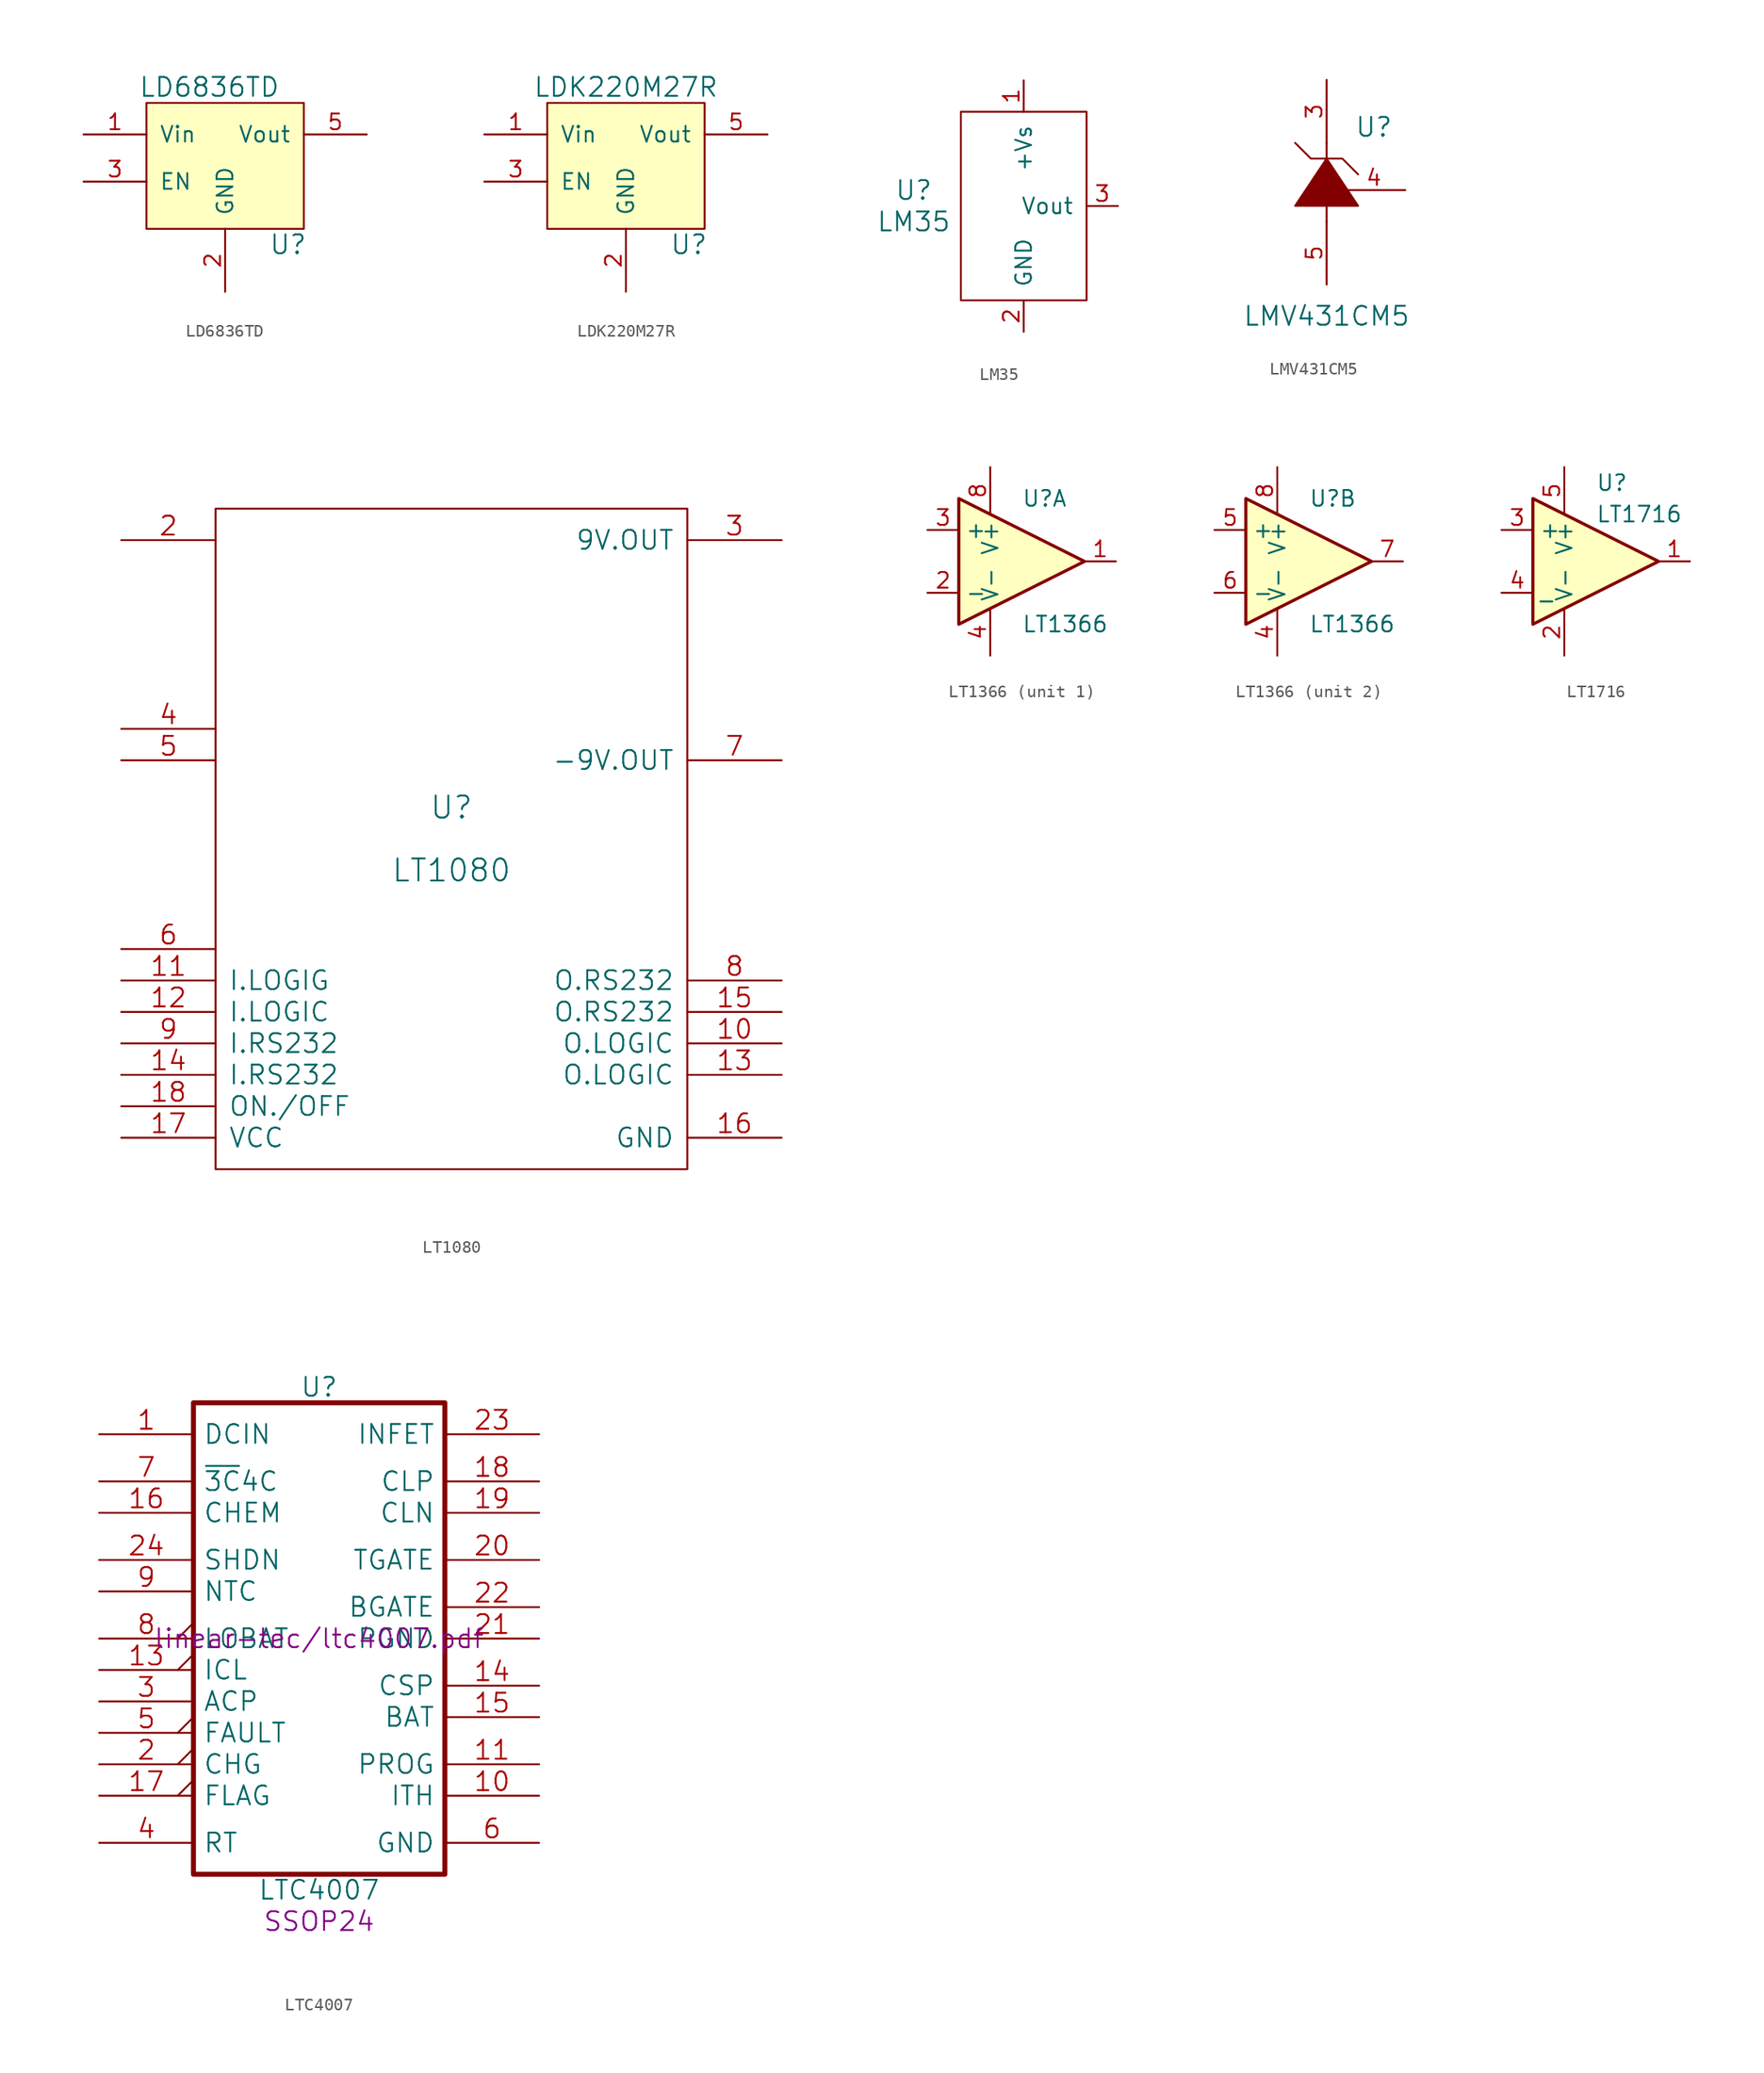
<source format=kicad_sym>
(kicad_symbol_lib
  (version 20211014)
  (generator kicad_symbol_editor)
  (symbol "LD6836TD"
    (pin_names
      (offset 1.016))
    (property "Reference" "U"
      (at 5.08 -6.35 0)
      (effects (font (size 1.524 1.524))))
    (property "Value" "LD6836TD"
      (at -1.27 6.35 0)
      (effects (font (size 1.524 1.524))))
    (property "Footprint" ""
      (at -2.54 0 0)
      (effects (font (size 1.524 1.524))))
    (property "Datasheet" ""
      (at -2.54 0 0)
      (effects (font (size 1.524 1.524))))
    (symbol "LD6836TD_0_1"
      (rectangle (start -6.35 5.08) (end 6.35 -5.08) (stroke (width 0) (type default) (color 0 0 0 0)) (fill (type background))))
    (symbol "LD6836TD_1_1"
      (pin input line (at -11.43 2.54 0) (length 5.08) (name "Vin" (effects (font (size 1.27 1.27)))) (number "1" (effects (font (size 1.27 1.27)))))
      (pin input line (at 0 -10.16 90) (length 5.08) (name "GND" (effects (font (size 1.27 1.27)))) (number "2" (effects (font (size 1.27 1.27)))))
      (pin input line (at -11.43 -1.27 0) (length 5.08) (name "EN" (effects (font (size 1.27 1.27)))) (number "3" (effects (font (size 1.27 1.27)))))
      (pin no_connect line (at 11.43 -1.27 180) (length 5.08) hide (name "NC" (effects (font (size 1.27 1.27)))) (number "4" (effects (font (size 1.27 1.27)))))
      (pin output line (at 11.43 2.54 180) (length 5.08) (name "Vout" (effects (font (size 1.27 1.27)))) (number "5" (effects (font (size 1.27 1.27)))))))
  (symbol "LDK220M27R"
    (pin_names
      (offset 1.016))
    (property "Reference" "U"
      (at 5.08 -6.35 0)
      (effects (font (size 1.524 1.524))))
    (property "Value" "LDK220M27R"
      (at 0 6.35 0)
      (effects (font (size 1.524 1.524))))
    (property "Footprint" ""
      (at -2.54 0 0)
      (effects (font (size 1.524 1.524))))
    (property "Datasheet" ""
      (at -2.54 0 0)
      (effects (font (size 1.524 1.524))))
    (symbol "LDK220M27R_0_1"
      (rectangle (start -6.35 5.08) (end 6.35 -5.08) (stroke (width 0) (type default) (color 0 0 0 0)) (fill (type background))))
    (symbol "LDK220M27R_1_1"
      (pin input line (at -11.43 2.54 0) (length 5.08) (name "Vin" (effects (font (size 1.27 1.27)))) (number "1" (effects (font (size 1.27 1.27)))))
      (pin input line (at 0 -10.16 90) (length 5.08) (name "GND" (effects (font (size 1.27 1.27)))) (number "2" (effects (font (size 1.27 1.27)))))
      (pin input line (at -11.43 -1.27 0) (length 5.08) (name "EN" (effects (font (size 1.27 1.27)))) (number "3" (effects (font (size 1.27 1.27)))))
      (pin no_connect line (at 11.43 -1.27 180) (length 5.08) hide (name "NC" (effects (font (size 1.27 1.27)))) (number "4" (effects (font (size 1.27 1.27)))))
      (pin output line (at 11.43 2.54 180) (length 5.08) (name "Vout" (effects (font (size 1.27 1.27)))) (number "5" (effects (font (size 1.27 1.27)))))))
  (symbol "LM35"
    (pin_names
      (offset 1.016))
    (property "Reference" "U"
      (at -8.89 1.27 0)
      (effects (font (size 1.524 1.524))))
    (property "Value" "LM35"
      (at -8.89 -1.27 0)
      (effects (font (size 1.524 1.524))))
    (property "Footprint" ""
      (at 0 6.35 0)
      (effects (font (size 1.524 1.524))))
    (property "Datasheet" ""
      (at 0 6.35 0)
      (effects (font (size 1.524 1.524))))
    (symbol "LM35_0_1"
      (rectangle (start 5.08 7.62) (end -5.08 -7.62) (stroke (width 0) (type default) (color 0 0 0 0)) (fill (type none))))
    (symbol "LM35_1_1"
      (pin input line (at 0 10.16 270) (length 2.54) (name "+Vs" (effects (font (size 1.27 1.27)))) (number "1" (effects (font (size 1.27 1.27)))))
      (pin input line (at 0 -10.16 90) (length 2.54) (name "GND" (effects (font (size 1.27 1.27)))) (number "2" (effects (font (size 1.27 1.27)))))
      (pin input line (at 7.62 0 180) (length 2.54) (name "Vout" (effects (font (size 1.27 1.27)))) (number "3" (effects (font (size 1.27 1.27)))))))
  (symbol "LMV431CM5"
    (pin_names
      (offset 1.016))
    (property "Reference" "U"
      (at 3.81 5.08 0)
      (effects (font (size 1.524 1.524))))
    (property "Value" "LMV431CM5"
      (at 0 -10.16 0)
      (effects (font (size 1.524 1.524))))
    (symbol "LMV431CM5_0_1"
      (polyline (pts (xy 0 -2.54) (xy 0 -1.27)) (stroke (width 0) (type default) (color 0 0 0 0)) (fill (type none)))
      (polyline (pts (xy 0 3.81) (xy 0 2.54)) (stroke (width 0) (type default) (color 0 0 0 0)) (fill (type none)))
      (polyline (pts (xy -2.54 3.81) (xy -1.27 2.54) (xy 1.27 2.54) (xy 2.54 1.27)) (stroke (width 0) (type default) (color 0 0 0 0)) (fill (type none)))
      (polyline (pts (xy 0 2.54) (xy -2.54 -1.27) (xy 2.54 -1.27) (xy 0 2.54)) (stroke (width 0) (type default) (color 0 0 0 0)) (fill (type outline))))
    (symbol "LMV431CM5_1_1"
      (pin no_connect line (at -8.89 1.27 0) (length 5.08) hide (name "~" (effects (font (size 1.27 1.27)))) (number "1" (effects (font (size 1.27 1.27)))))
      (pin no_connect line (at -8.89 -2.54 0) (length 5.08) hide (name "~" (effects (font (size 1.27 1.27)))) (number "2" (effects (font (size 1.27 1.27)))))
      (pin input line (at 0 8.89 270) (length 5.08) (name "~" (effects (font (size 1.27 1.27)))) (number "3" (effects (font (size 1.27 1.27)))))
      (pin input line (at 6.35 0 180) (length 5.08) (name "~" (effects (font (size 1.27 1.27)))) (number "4" (effects (font (size 1.27 1.27)))))
      (pin input line (at 0 -7.62 90) (length 5.08) (name "~" (effects (font (size 1.27 1.27)))) (number "5" (effects (font (size 1.27 1.27)))))))
  (symbol "LT1080"
    (pin_names
      (offset 1.016))
    (property "Reference" "U"
      (at 0 2.54 0)
      (effects (font (size 1.778 1.778))))
    (property "Value" "LT1080"
      (at 0 -2.54 0)
      (effects (font (size 1.778 1.778))))
    (property "Footprint" ""
      (at 0 0 0)
      (effects (font (size 1.524 1.524))))
    (property "Datasheet" ""
      (at 0 0 0)
      (effects (font (size 1.524 1.524))))
    (symbol "LT1080_0_1"
      (rectangle (start -19.05 -26.67) (end 19.05 26.67) (stroke (width 0) (type default) (color 0 0 0 0)) (fill (type none))))
    (symbol "LT1080_1_1"
      (pin output line (at 26.67 -16.51 180) (length 7.62) (name "O.LOGIC" (effects (font (size 1.524 1.524)))) (number "10" (effects (font (size 1.524 1.524)))))
      (pin input line (at -26.67 -11.43 0) (length 7.62) (name "I.LOGIG" (effects (font (size 1.524 1.524)))) (number "11" (effects (font (size 1.524 1.524)))))
      (pin input line (at -26.67 -13.97 0) (length 7.62) (name "I.LOGIC" (effects (font (size 1.524 1.524)))) (number "12" (effects (font (size 1.524 1.524)))))
      (pin output line (at 26.67 -19.05 180) (length 7.62) (name "O.LOGIC" (effects (font (size 1.524 1.524)))) (number "13" (effects (font (size 1.524 1.524)))))
      (pin input line (at -26.67 -19.05 0) (length 7.62) (name "I.RS232" (effects (font (size 1.524 1.524)))) (number "14" (effects (font (size 1.524 1.524)))))
      (pin output line (at 26.67 -13.97 180) (length 7.62) (name "O.RS232" (effects (font (size 1.524 1.524)))) (number "15" (effects (font (size 1.524 1.524)))))
      (pin output line (at 26.67 -24.13 180) (length 7.62) (name "GND" (effects (font (size 1.524 1.524)))) (number "16" (effects (font (size 1.524 1.524)))))
      (pin input line (at -26.67 -24.13 0) (length 7.62) (name "VCC" (effects (font (size 1.524 1.524)))) (number "17" (effects (font (size 1.524 1.524)))))
      (pin input line (at -26.67 -21.59 0) (length 7.62) (name "ON./OFF" (effects (font (size 1.524 1.524)))) (number "18" (effects (font (size 1.524 1.524)))))
      (pin input line (at -26.67 24.13 0) (length 7.62) (name "~" (effects (font (size 1.524 1.524)))) (number "2" (effects (font (size 1.524 1.524)))))
      (pin output line (at 26.67 24.13 180) (length 7.62) (name "9V.OUT" (effects (font (size 1.524 1.524)))) (number "3" (effects (font (size 1.524 1.524)))))
      (pin input line (at -26.67 8.89 0) (length 7.62) (name "~" (effects (font (size 1.524 1.524)))) (number "4" (effects (font (size 1.524 1.524)))))
      (pin input line (at -26.67 6.35 0) (length 7.62) (name "~" (effects (font (size 1.524 1.524)))) (number "5" (effects (font (size 1.524 1.524)))))
      (pin input line (at -26.67 -8.89 0) (length 7.62) (name "~" (effects (font (size 1.524 1.524)))) (number "6" (effects (font (size 1.524 1.524)))))
      (pin output line (at 26.67 6.35 180) (length 7.62) (name "-9V.OUT" (effects (font (size 1.524 1.524)))) (number "7" (effects (font (size 1.524 1.524)))))
      (pin output line (at 26.67 -11.43 180) (length 7.62) (name "O.RS232" (effects (font (size 1.524 1.524)))) (number "8" (effects (font (size 1.524 1.524)))))
      (pin input line (at -26.67 -16.51 0) (length 7.62) (name "I.RS232" (effects (font (size 1.524 1.524)))) (number "9" (effects (font (size 1.524 1.524)))))))
  (symbol "LT1366"
    (property "Reference" "U"
      (at 0 5.08 0)
      (effects (font (size 1.27 1.27)) (justify left)))
    (property "Value" "LT1366"
      (at 0 -5.08 0)
      (effects (font (size 1.27 1.27)) (justify left)))
    (property "Footprint" ""
      (at 0 0 0)
      (effects (font (size 1.27 1.27))))
    (property "Datasheet" ""
      (at 0 0 0)
      (effects (font (size 1.27 1.27))))
    (symbol "LT1366_0_1"
      (polyline (pts (xy -5.08 5.08) (xy 5.08 0) (xy -5.08 -5.08) (xy -5.08 5.08)) (stroke (width 0.254) (type default) (color 0 0 0 0)) (fill (type background)))
      (pin power_in line (at -2.54 -7.62 90) (length 3.81) (name "V-" (effects (font (size 1.27 1.27)))) (number "4" (effects (font (size 1.27 1.27)))))
      (pin power_in line (at -2.54 7.62 270) (length 3.81) (name "V+" (effects (font (size 1.27 1.27)))) (number "8" (effects (font (size 1.27 1.27))))))
    (symbol "LT1366_1_1"
      (pin output line (at 7.62 0 180) (length 2.54) (name "~" (effects (font (size 1.27 1.27)))) (number "1" (effects (font (size 1.27 1.27)))))
      (pin input line (at -7.62 -2.54 0) (length 2.54) (name "-" (effects (font (size 1.27 1.27)))) (number "2" (effects (font (size 1.27 1.27)))))
      (pin input line (at -7.62 2.54 0) (length 2.54) (name "+" (effects (font (size 1.27 1.27)))) (number "3" (effects (font (size 1.27 1.27))))))
    (symbol "LT1366_2_1"
      (pin input line (at -7.62 2.54 0) (length 2.54) (name "+" (effects (font (size 1.27 1.27)))) (number "5" (effects (font (size 1.27 1.27)))))
      (pin input line (at -7.62 -2.54 0) (length 2.54) (name "-" (effects (font (size 1.27 1.27)))) (number "6" (effects (font (size 1.27 1.27)))))
      (pin output line (at 7.62 0 180) (length 2.54) (name "~" (effects (font (size 1.27 1.27)))) (number "7" (effects (font (size 1.27 1.27)))))))
  (symbol "LT1716"
    (property "Reference" "U"
      (at 0 6.35 0)
      (effects (font (size 1.27 1.27)) (justify left)))
    (property "Value" "LT1716"
      (at 0 3.81 0)
      (effects (font (size 1.27 1.27)) (justify left)))
    (property "Footprint" ""
      (at 0 0 0)
      (effects (font (size 1.27 1.27))))
    (property "Datasheet" ""
      (at 0 0 0)
      (effects (font (size 1.27 1.27))))
    (symbol "LT1716_0_1"
      (polyline (pts (xy -5.08 5.08) (xy 5.08 0) (xy -5.08 -5.08) (xy -5.08 5.08)) (stroke (width 0.254) (type default) (color 0 0 0 0)) (fill (type background))))
    (symbol "LT1716_1_1"
      (pin open_collector line (at 7.62 0 180) (length 2.54) (name "~" (effects (font (size 1.27 1.27)))) (number "1" (effects (font (size 1.27 1.27)))))
      (pin power_in line (at -2.54 -7.62 90) (length 3.81) (name "V-" (effects (font (size 1.27 1.27)))) (number "2" (effects (font (size 1.27 1.27)))))
      (pin input line (at -7.62 2.54 0) (length 2.54) (name "+" (effects (font (size 1.27 1.27)))) (number "3" (effects (font (size 1.27 1.27)))))
      (pin input line (at -7.62 -2.54 0) (length 2.54) (name "_" (effects (font (size 1.27 1.27)))) (number "4" (effects (font (size 1.27 1.27)))))
      (pin power_in line (at -2.54 7.62 270) (length 3.81) (name "V+" (effects (font (size 1.27 1.27)))) (number "5" (effects (font (size 1.27 1.27)))))))
  (symbol "LTC4007"
    (pin_names
      (offset 0.762))
    (property "Reference" "U"
      (at 0 20.32 0)
      (effects (font (size 1.524 1.524))))
    (property "Value" "LTC4007"
      (at 0 -20.32 0)
      (effects (font (size 1.524 1.524))))
    (property "Footprint" "SSOP24"
      (at 0 -22.86 0)
      (effects (font (size 1.524 1.524))))
    (property "Datasheet" "linear-tec/ltc4007.pdf"
      (at 0 0 0)
      (effects (font (size 1.524 1.524))))
    (symbol "LTC4007_0_1"
      (rectangle (start -10.16 19.05) (end 10.16 -19.05) (stroke (width 0.406) (type default) (color 0 0 0 0)) (fill (type none))))
    (symbol "LTC4007_1_1"
      (pin input line (at -17.78 16.51 0) (length 7.62) (name "DCIN" (effects (font (size 1.524 1.524)))) (number "1" (effects (font (size 1.524 1.524)))))
      (pin passive line (at 17.78 -12.7 180) (length 7.62) (name "ITH" (effects (font (size 1.524 1.524)))) (number "10" (effects (font (size 1.524 1.524)))))
      (pin bidirectional line (at 17.78 -10.16 180) (length 7.62) (name "PROG" (effects (font (size 1.524 1.524)))) (number "11" (effects (font (size 1.524 1.524)))))
      (pin output output_low (at -17.78 -2.54 0) (length 7.62) (name "ICL" (effects (font (size 1.524 1.524)))) (number "13" (effects (font (size 1.524 1.524)))))
      (pin input line (at 17.78 -3.81 180) (length 7.62) (name "CSP" (effects (font (size 1.524 1.524)))) (number "14" (effects (font (size 1.524 1.524)))))
      (pin input line (at 17.78 -6.35 180) (length 7.62) (name "BAT" (effects (font (size 1.524 1.524)))) (number "15" (effects (font (size 1.524 1.524)))))
      (pin input line (at -17.78 10.16 0) (length 7.62) (name "CHEM" (effects (font (size 1.524 1.524)))) (number "16" (effects (font (size 1.524 1.524)))))
      (pin open_collector output_low (at -17.78 -12.7 0) (length 7.62) (name "FLAG" (effects (font (size 1.524 1.524)))) (number "17" (effects (font (size 1.524 1.524)))))
      (pin input line (at 17.78 12.7 180) (length 7.62) (name "CLP" (effects (font (size 1.524 1.524)))) (number "18" (effects (font (size 1.524 1.524)))))
      (pin input line (at 17.78 10.16 180) (length 7.62) (name "CLN" (effects (font (size 1.524 1.524)))) (number "19" (effects (font (size 1.524 1.524)))))
      (pin output output_low (at -17.78 -10.16 0) (length 7.62) (name "CHG" (effects (font (size 1.524 1.524)))) (number "2" (effects (font (size 1.524 1.524)))))
      (pin output line (at 17.78 6.35 180) (length 7.62) (name "TGATE" (effects (font (size 1.524 1.524)))) (number "20" (effects (font (size 1.524 1.524)))))
      (pin power_in line (at 17.78 0 180) (length 7.62) (name "PGND" (effects (font (size 1.524 1.524)))) (number "21" (effects (font (size 1.524 1.524)))))
      (pin output line (at 17.78 2.54 180) (length 7.62) (name "BGATE" (effects (font (size 1.524 1.524)))) (number "22" (effects (font (size 1.524 1.524)))))
      (pin output line (at 17.78 16.51 180) (length 7.62) (name "INFET" (effects (font (size 1.524 1.524)))) (number "23" (effects (font (size 1.524 1.524)))))
      (pin input line (at -17.78 6.35 0) (length 7.62) (name "SHDN" (effects (font (size 1.524 1.524)))) (number "24" (effects (font (size 1.524 1.524)))))
      (pin open_collector line (at -17.78 -5.08 0) (length 7.62) (name "ACP" (effects (font (size 1.524 1.524)))) (number "3" (effects (font (size 1.524 1.524)))))
      (pin input line (at -17.78 -16.51 0) (length 7.62) (name "RT" (effects (font (size 1.524 1.524)))) (number "4" (effects (font (size 1.524 1.524)))))
      (pin open_collector output_low (at -17.78 -7.62 0) (length 7.62) (name "FAULT" (effects (font (size 1.524 1.524)))) (number "5" (effects (font (size 1.524 1.524)))))
      (pin power_in line (at 17.78 -16.51 180) (length 7.62) (name "GND" (effects (font (size 1.524 1.524)))) (number "6" (effects (font (size 1.524 1.524)))))
      (pin input line (at -17.78 12.7 0) (length 7.62) (name "~{3C}4C" (effects (font (size 1.524 1.524)))) (number "7" (effects (font (size 1.524 1.524)))))
      (pin output output_low (at -17.78 0 0) (length 7.62) (name "LOBAT" (effects (font (size 1.524 1.524)))) (number "8" (effects (font (size 1.524 1.524)))))
      (pin input line (at -17.78 3.81 0) (length 7.62) (name "NTC" (effects (font (size 1.524 1.524)))) (number "9" (effects (font (size 1.524 1.524))))))))
</source>
